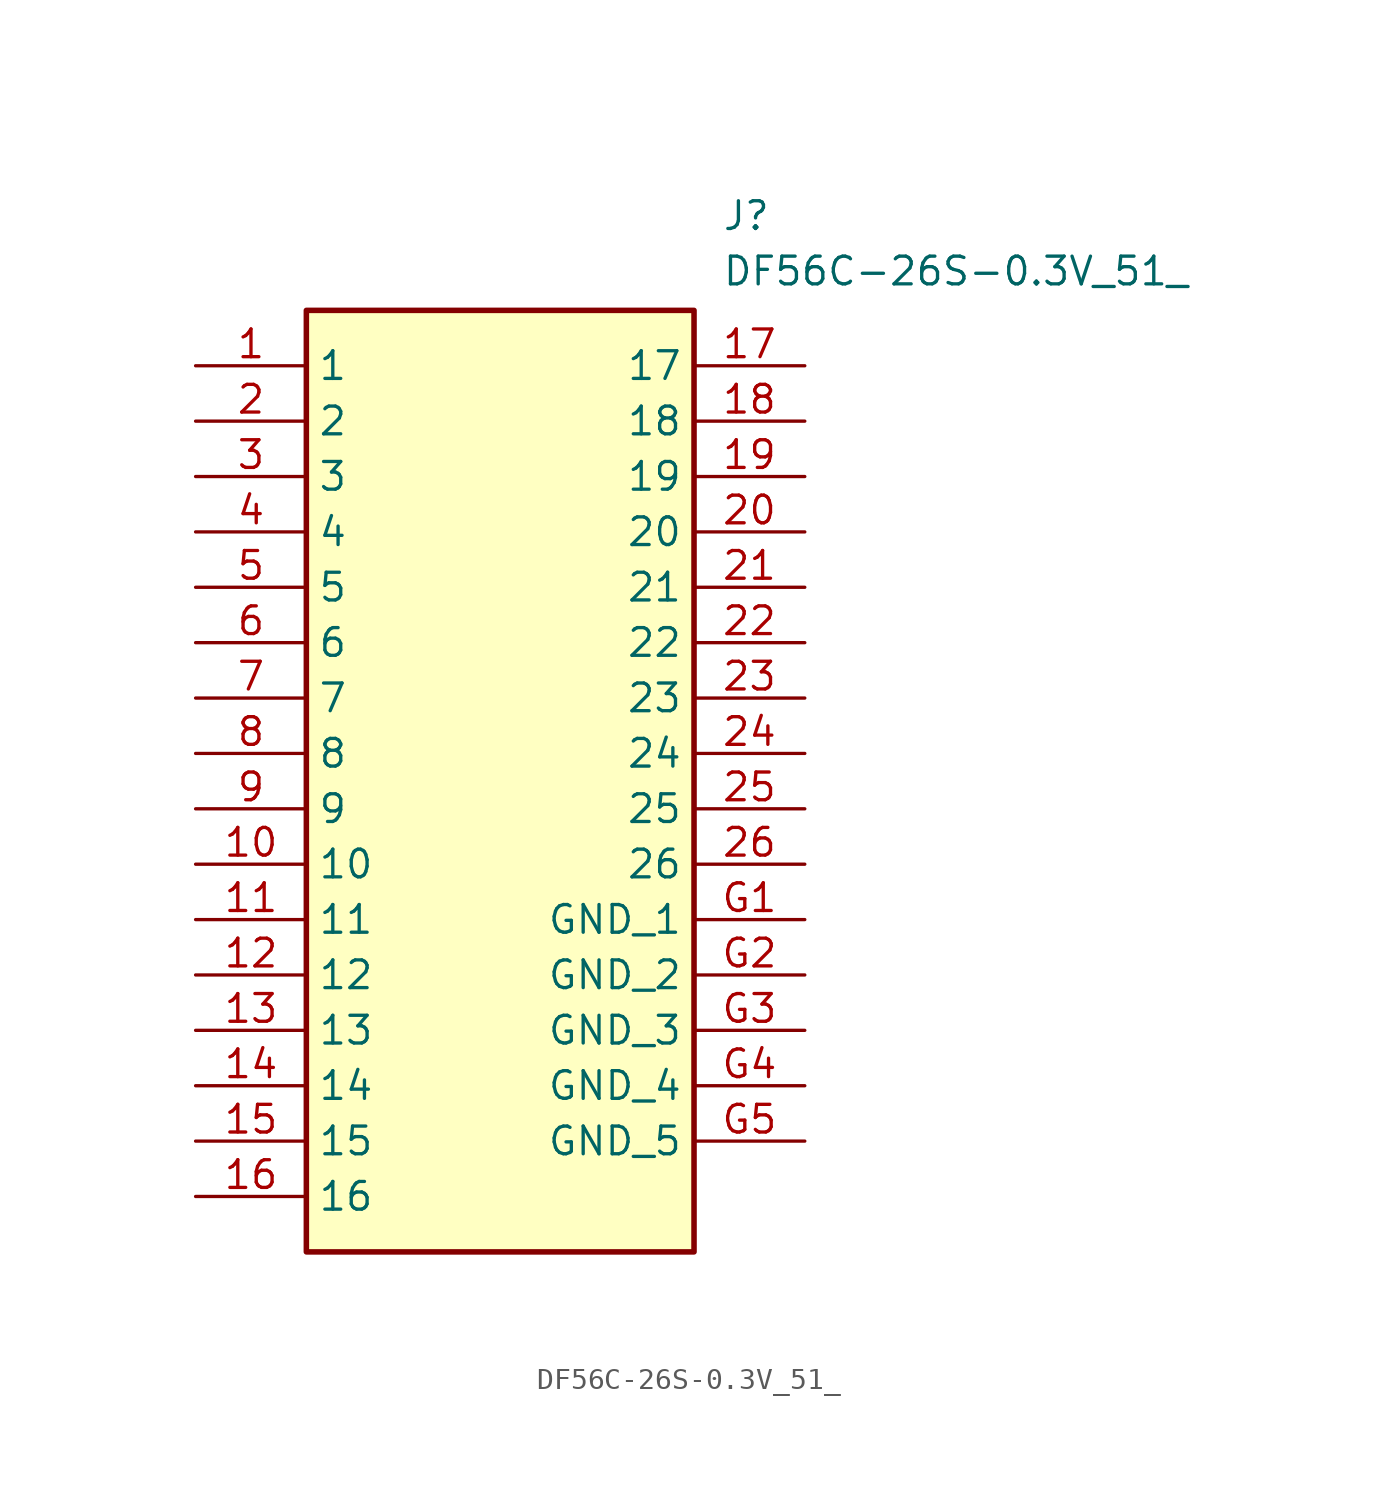
<source format=kicad_sym>
(kicad_symbol_lib
  (version 20211014)
  (generator SamacSys_ECAD_Model)
  (symbol "DF56C-26S-0.3V_51_"
    (property "Reference" "J"
      (at 24.13 7.62 0)
      (effects (font (size 1.27 1.27)) (justify left top)))
    (property "Value" "DF56C-26S-0.3V_51_"
      (at 24.13 5.08 0)
      (effects (font (size 1.27 1.27)) (justify left top)))
    (rectangle
      (start 5.08 2.54)
      (end 22.86 -40.64)
      (stroke (width 0.254) (type default))
      (fill (type background)))
    (pin passive line
      (at 0 0 0)
      (length 5.08)
      (name "1" (effects (font (size 1.27 1.27))))
      (number "1" (effects (font (size 1.27 1.27)))))
    (pin passive line
      (at 0 -2.54 0)
      (length 5.08)
      (name "2" (effects (font (size 1.27 1.27))))
      (number "2" (effects (font (size 1.27 1.27)))))
    (pin passive line
      (at 0 -5.08 0)
      (length 5.08)
      (name "3" (effects (font (size 1.27 1.27))))
      (number "3" (effects (font (size 1.27 1.27)))))
    (pin passive line
      (at 0 -7.62 0)
      (length 5.08)
      (name "4" (effects (font (size 1.27 1.27))))
      (number "4" (effects (font (size 1.27 1.27)))))
    (pin passive line
      (at 0 -10.16 0)
      (length 5.08)
      (name "5" (effects (font (size 1.27 1.27))))
      (number "5" (effects (font (size 1.27 1.27)))))
    (pin passive line
      (at 0 -12.7 0)
      (length 5.08)
      (name "6" (effects (font (size 1.27 1.27))))
      (number "6" (effects (font (size 1.27 1.27)))))
    (pin passive line
      (at 0 -15.24 0)
      (length 5.08)
      (name "7" (effects (font (size 1.27 1.27))))
      (number "7" (effects (font (size 1.27 1.27)))))
    (pin passive line
      (at 0 -17.78 0)
      (length 5.08)
      (name "8" (effects (font (size 1.27 1.27))))
      (number "8" (effects (font (size 1.27 1.27)))))
    (pin passive line
      (at 0 -20.32 0)
      (length 5.08)
      (name "9" (effects (font (size 1.27 1.27))))
      (number "9" (effects (font (size 1.27 1.27)))))
    (pin passive line
      (at 0 -22.86 0)
      (length 5.08)
      (name "10" (effects (font (size 1.27 1.27))))
      (number "10" (effects (font (size 1.27 1.27)))))
    (pin passive line
      (at 0 -25.4 0)
      (length 5.08)
      (name "11" (effects (font (size 1.27 1.27))))
      (number "11" (effects (font (size 1.27 1.27)))))
    (pin passive line
      (at 0 -27.94 0)
      (length 5.08)
      (name "12" (effects (font (size 1.27 1.27))))
      (number "12" (effects (font (size 1.27 1.27)))))
    (pin passive line
      (at 0 -30.48 0)
      (length 5.08)
      (name "13" (effects (font (size 1.27 1.27))))
      (number "13" (effects (font (size 1.27 1.27)))))
    (pin passive line
      (at 0 -33.02 0)
      (length 5.08)
      (name "14" (effects (font (size 1.27 1.27))))
      (number "14" (effects (font (size 1.27 1.27)))))
    (pin passive line
      (at 0 -35.56 0)
      (length 5.08)
      (name "15" (effects (font (size 1.27 1.27))))
      (number "15" (effects (font (size 1.27 1.27)))))
    (pin passive line
      (at 0 -38.1 0)
      (length 5.08)
      (name "16" (effects (font (size 1.27 1.27))))
      (number "16" (effects (font (size 1.27 1.27)))))
    (pin passive line
      (at 27.94 0 180)
      (length 5.08)
      (name "17" (effects (font (size 1.27 1.27))))
      (number "17" (effects (font (size 1.27 1.27)))))
    (pin passive line
      (at 27.94 -2.54 180)
      (length 5.08)
      (name "18" (effects (font (size 1.27 1.27))))
      (number "18" (effects (font (size 1.27 1.27)))))
    (pin passive line
      (at 27.94 -5.08 180)
      (length 5.08)
      (name "19" (effects (font (size 1.27 1.27))))
      (number "19" (effects (font (size 1.27 1.27)))))
    (pin passive line
      (at 27.94 -7.62 180)
      (length 5.08)
      (name "20" (effects (font (size 1.27 1.27))))
      (number "20" (effects (font (size 1.27 1.27)))))
    (pin passive line
      (at 27.94 -10.16 180)
      (length 5.08)
      (name "21" (effects (font (size 1.27 1.27))))
      (number "21" (effects (font (size 1.27 1.27)))))
    (pin passive line
      (at 27.94 -12.7 180)
      (length 5.08)
      (name "22" (effects (font (size 1.27 1.27))))
      (number "22" (effects (font (size 1.27 1.27)))))
    (pin passive line
      (at 27.94 -15.24 180)
      (length 5.08)
      (name "23" (effects (font (size 1.27 1.27))))
      (number "23" (effects (font (size 1.27 1.27)))))
    (pin passive line
      (at 27.94 -17.78 180)
      (length 5.08)
      (name "24" (effects (font (size 1.27 1.27))))
      (number "24" (effects (font (size 1.27 1.27)))))
    (pin passive line
      (at 27.94 -20.32 180)
      (length 5.08)
      (name "25" (effects (font (size 1.27 1.27))))
      (number "25" (effects (font (size 1.27 1.27)))))
    (pin passive line
      (at 27.94 -22.86 180)
      (length 5.08)
      (name "26" (effects (font (size 1.27 1.27))))
      (number "26" (effects (font (size 1.27 1.27)))))
    (pin passive line
      (at 27.94 -25.4 180)
      (length 5.08)
      (name "GND_1" (effects (font (size 1.27 1.27))))
      (number "G1" (effects (font (size 1.27 1.27)))))
    (pin passive line
      (at 27.94 -27.94 180)
      (length 5.08)
      (name "GND_2" (effects (font (size 1.27 1.27))))
      (number "G2" (effects (font (size 1.27 1.27)))))
    (pin passive line
      (at 27.94 -30.48 180)
      (length 5.08)
      (name "GND_3" (effects (font (size 1.27 1.27))))
      (number "G3" (effects (font (size 1.27 1.27)))))
    (pin passive line
      (at 27.94 -33.02 180)
      (length 5.08)
      (name "GND_4" (effects (font (size 1.27 1.27))))
      (number "G4" (effects (font (size 1.27 1.27)))))
    (pin passive line
      (at 27.94 -35.56 180)
      (length 5.08)
      (name "GND_5" (effects (font (size 1.27 1.27))))
      (number "G5" (effects (font (size 1.27 1.27)))))))
</source>
